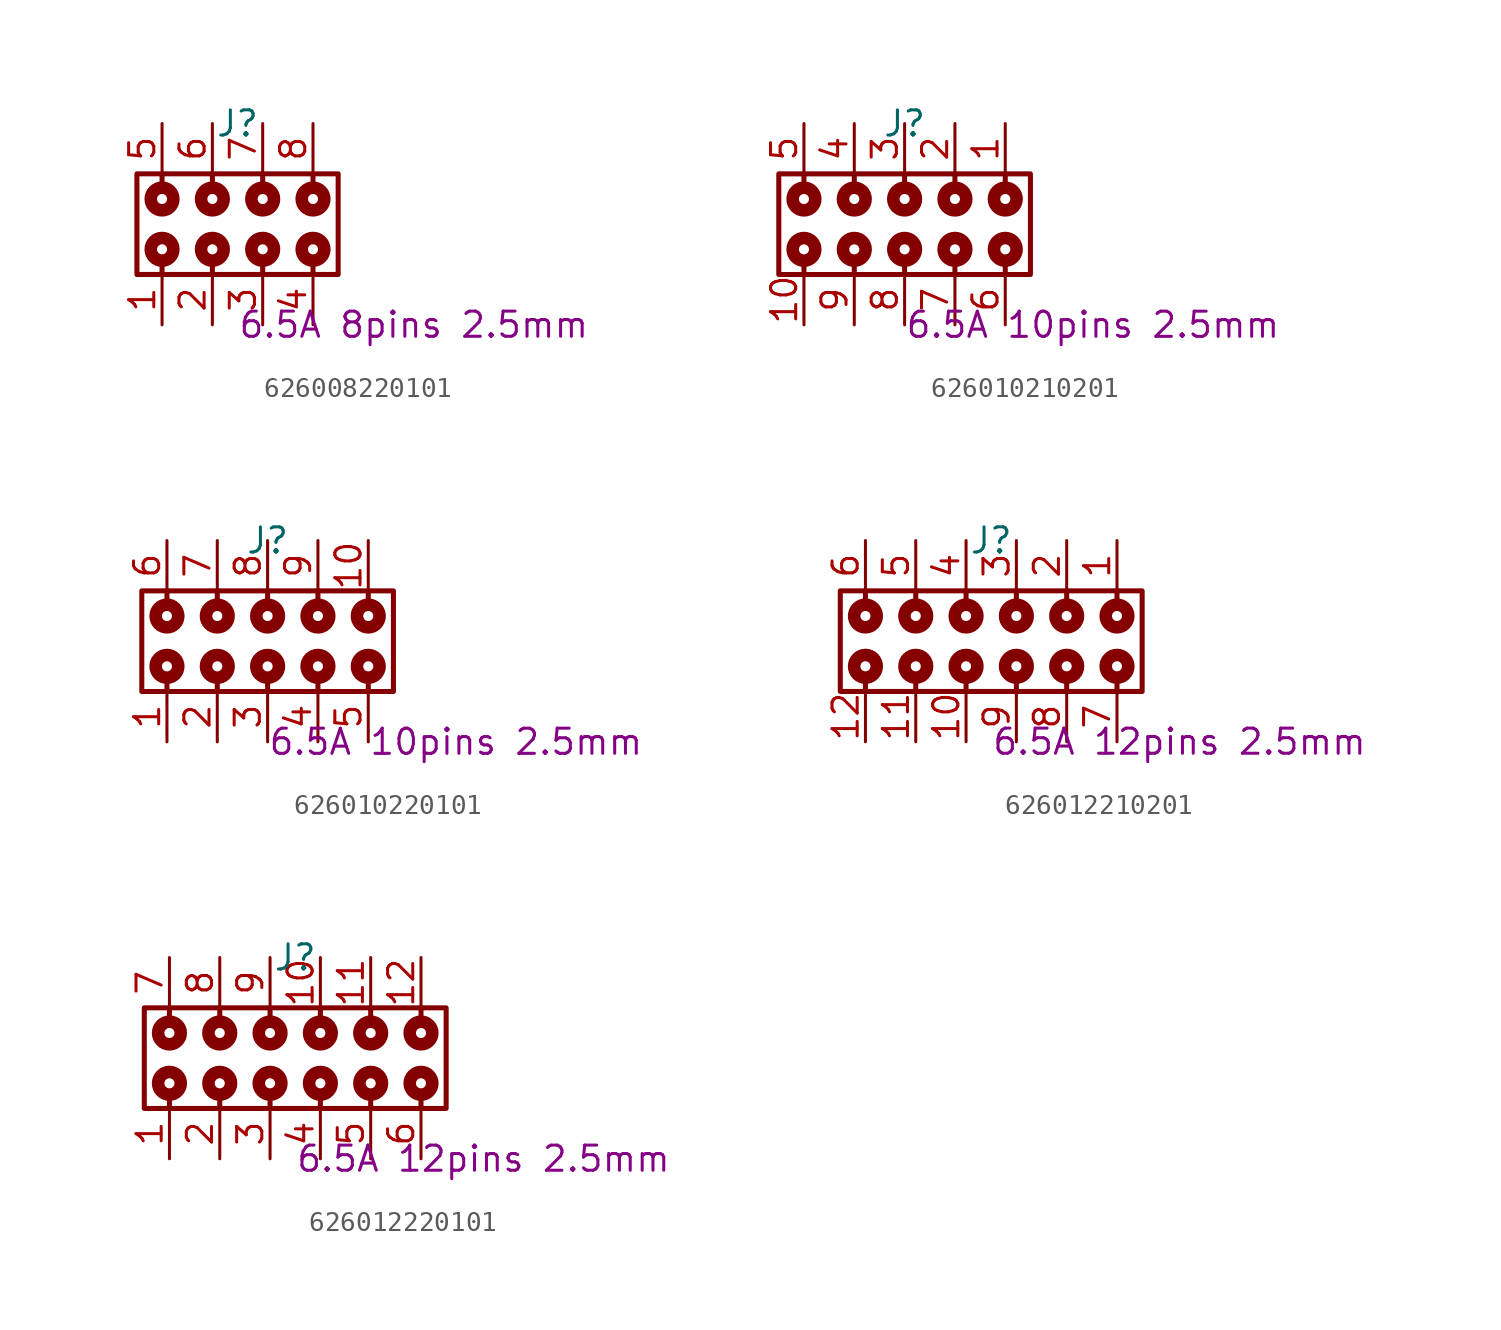
<source format=kicad_sym>
(kicad_symbol_lib
  (version 20220914)
  (generator kicad_symbol_editor)
  (symbol "626008220101"
    (pin_names hide)
    (property "Reference" "J"
      (at 0 5.08 0)
      (effects (font (size 1.27 1.27))))
    (property "Critical Parameter" "6.5A 8pins 2.5mm"
      (at 0 -5.08 0)
      (effects (font (size 1.27 1.27)) (justify left)))
    (symbol "626008220101_0_1"
      (rectangle (start -5.08 2.54) (end 5.08 -2.54) (stroke (width 0.254) (type default)) (fill (type none)))
      (circle (center -3.81 -1.27) (radius 0.254) (stroke (width 0.635) (type default)) (fill (type none)))
      (polyline (pts (xy -3.81 -1.778) (xy -3.81 -2.54)) (stroke (width 0.254) (type default)) (fill (type none)))
      (circle (center -3.81 1.27) (radius 0.254) (stroke (width 0.635) (type default)) (fill (type none)))
      (polyline (pts (xy -3.81 1.778) (xy -3.81 2.54)) (stroke (width 0.254) (type default)) (fill (type none)))
      (circle (center -1.27 -1.27) (radius 0.254) (stroke (width 0.635) (type default)) (fill (type none)))
      (polyline (pts (xy -1.27 -1.778) (xy -1.27 -2.54)) (stroke (width 0.254) (type default)) (fill (type none)))
      (circle (center -1.27 1.27) (radius 0.254) (stroke (width 0.635) (type default)) (fill (type none)))
      (polyline (pts (xy -1.27 1.778) (xy -1.27 2.54)) (stroke (width 0.254) (type default)) (fill (type none)))
      (circle (center 1.27 -1.27) (radius 0.254) (stroke (width 0.635) (type default)) (fill (type none)))
      (polyline (pts (xy 1.27 -1.778) (xy 1.27 -2.54)) (stroke (width 0.254) (type default)) (fill (type none)))
      (circle (center 1.27 1.27) (radius 0.254) (stroke (width 0.635) (type default)) (fill (type none)))
      (polyline (pts (xy 1.27 1.778) (xy 1.27 2.54)) (stroke (width 0.254) (type default)) (fill (type none)))
      (circle (center 3.81 -1.27) (radius 0.254) (stroke (width 0.635) (type default)) (fill (type none)))
      (polyline (pts (xy 3.81 -1.778) (xy 3.81 -2.54)) (stroke (width 0.254) (type default)) (fill (type none)))
      (circle (center 3.81 1.27) (radius 0.254) (stroke (width 0.635) (type default)) (fill (type none)))
      (polyline (pts (xy 3.81 1.778) (xy 3.81 2.54)) (stroke (width 0.254) (type default)) (fill (type none))))
    (symbol "626008220101_1_1"
      (pin passive line (at -3.81 -5.08 90) (length 2.54) (name "1" (effects (font (size 1.27 1.27)))) (number "1" (effects (font (size 1.27 1.27)))))
      (pin passive line (at -3.81 5.08 270) (length 2.54) (name "5" (effects (font (size 1.27 1.27)))) (number "5" (effects (font (size 1.27 1.27)))))
      (pin passive line (at -1.27 -5.08 90) (length 2.54) (name "2" (effects (font (size 1.27 1.27)))) (number "2" (effects (font (size 1.27 1.27)))))
      (pin passive line (at -1.27 5.08 270) (length 2.54) (name "6" (effects (font (size 1.27 1.27)))) (number "6" (effects (font (size 1.27 1.27)))))
      (pin passive line (at 1.27 -5.08 90) (length 2.54) (name "3" (effects (font (size 1.27 1.27)))) (number "3" (effects (font (size 1.27 1.27)))))
      (pin passive line (at 1.27 5.08 270) (length 2.54) (name "7" (effects (font (size 1.27 1.27)))) (number "7" (effects (font (size 1.27 1.27)))))
      (pin passive line (at 3.81 -5.08 90) (length 2.54) (name "4" (effects (font (size 1.27 1.27)))) (number "4" (effects (font (size 1.27 1.27)))))
      (pin passive line (at 3.81 5.08 270) (length 2.54) (name "8" (effects (font (size 1.27 1.27)))) (number "8" (effects (font (size 1.27 1.27)))))))
  (symbol "626010210201"
    (pin_names hide)
    (property "Reference" "J"
      (at 0 5.08 0)
      (effects (font (size 1.27 1.27))))
    (property "Critical Parameter" "6.5A 10pins 2.5mm"
      (at 0 -5.08 0)
      (effects (font (size 1.27 1.27)) (justify left)))
    (symbol "626010210201_0_1"
      (rectangle (start -6.35 2.54) (end 6.35 -2.54) (stroke (width 0.254) (type default)) (fill (type none)))
      (circle (center -5.08 -1.27) (radius 0.254) (stroke (width 0.635) (type default)) (fill (type none)))
      (polyline (pts (xy -5.08 -1.778) (xy -5.08 -2.54)) (stroke (width 0.254) (type default)) (fill (type none)))
      (circle (center -5.08 1.27) (radius 0.254) (stroke (width 0.635) (type default)) (fill (type none)))
      (polyline (pts (xy -5.08 1.778) (xy -5.08 2.54)) (stroke (width 0.254) (type default)) (fill (type none)))
      (circle (center -2.54 -1.27) (radius 0.254) (stroke (width 0.635) (type default)) (fill (type none)))
      (polyline (pts (xy -2.54 -1.778) (xy -2.54 -2.54)) (stroke (width 0.254) (type default)) (fill (type none)))
      (circle (center -2.54 1.27) (radius 0.254) (stroke (width 0.635) (type default)) (fill (type none)))
      (polyline (pts (xy -2.54 1.778) (xy -2.54 2.54)) (stroke (width 0.254) (type default)) (fill (type none)))
      (circle (center 0.0 -1.27) (radius 0.254) (stroke (width 0.635) (type default)) (fill (type none)))
      (polyline (pts (xy 0.0 -1.778) (xy 0.0 -2.54)) (stroke (width 0.254) (type default)) (fill (type none)))
      (circle (center 0.0 1.27) (radius 0.254) (stroke (width 0.635) (type default)) (fill (type none)))
      (polyline (pts (xy 0.0 1.778) (xy 0.0 2.54)) (stroke (width 0.254) (type default)) (fill (type none)))
      (circle (center 2.54 -1.27) (radius 0.254) (stroke (width 0.635) (type default)) (fill (type none)))
      (polyline (pts (xy 2.54 -1.778) (xy 2.54 -2.54)) (stroke (width 0.254) (type default)) (fill (type none)))
      (circle (center 2.54 1.27) (radius 0.254) (stroke (width 0.635) (type default)) (fill (type none)))
      (polyline (pts (xy 2.54 1.778) (xy 2.54 2.54)) (stroke (width 0.254) (type default)) (fill (type none)))
      (circle (center 5.08 -1.27) (radius 0.254) (stroke (width 0.635) (type default)) (fill (type none)))
      (polyline (pts (xy 5.08 -1.778) (xy 5.08 -2.54)) (stroke (width 0.254) (type default)) (fill (type none)))
      (circle (center 5.08 1.27) (radius 0.254) (stroke (width 0.635) (type default)) (fill (type none)))
      (polyline (pts (xy 5.08 1.778) (xy 5.08 2.54)) (stroke (width 0.254) (type default)) (fill (type none))))
    (symbol "626010210201_1_1"
      (pin passive line (at 5.08 5.08 270) (length 2.54) (name "1" (effects (font (size 1.27 1.27)))) (number "1" (effects (font (size 1.27 1.27)))))
      (pin passive line (at 5.08 -5.08 90) (length 2.54) (name "6" (effects (font (size 1.27 1.27)))) (number "6" (effects (font (size 1.27 1.27)))))
      (pin passive line (at 2.54 5.08 270) (length 2.54) (name "2" (effects (font (size 1.27 1.27)))) (number "2" (effects (font (size 1.27 1.27)))))
      (pin passive line (at 2.54 -5.08 90) (length 2.54) (name "7" (effects (font (size 1.27 1.27)))) (number "7" (effects (font (size 1.27 1.27)))))
      (pin passive line (at 0.0 5.08 270) (length 2.54) (name "3" (effects (font (size 1.27 1.27)))) (number "3" (effects (font (size 1.27 1.27)))))
      (pin passive line (at 0.0 -5.08 90) (length 2.54) (name "8" (effects (font (size 1.27 1.27)))) (number "8" (effects (font (size 1.27 1.27)))))
      (pin passive line (at -2.54 5.08 270) (length 2.54) (name "4" (effects (font (size 1.27 1.27)))) (number "4" (effects (font (size 1.27 1.27)))))
      (pin passive line (at -2.54 -5.08 90) (length 2.54) (name "9" (effects (font (size 1.27 1.27)))) (number "9" (effects (font (size 1.27 1.27)))))
      (pin passive line (at -5.08 5.08 270) (length 2.54) (name "5" (effects (font (size 1.27 1.27)))) (number "5" (effects (font (size 1.27 1.27)))))
      (pin passive line (at -5.08 -5.08 90) (length 2.54) (name "10" (effects (font (size 1.27 1.27)))) (number "10" (effects (font (size 1.27 1.27)))))))
  (symbol "626010220101"
    (pin_names hide)
    (property "Reference" "J"
      (at 0 5.08 0)
      (effects (font (size 1.27 1.27))))
    (property "Critical Parameter" "6.5A 10pins 2.5mm"
      (at 0 -5.08 0)
      (effects (font (size 1.27 1.27)) (justify left)))
    (symbol "626010220101_0_1"
      (rectangle (start -6.35 2.54) (end 6.35 -2.54) (stroke (width 0.254) (type default)) (fill (type none)))
      (circle (center -5.08 -1.27) (radius 0.254) (stroke (width 0.635) (type default)) (fill (type none)))
      (polyline (pts (xy -5.08 -1.778) (xy -5.08 -2.54)) (stroke (width 0.254) (type default)) (fill (type none)))
      (circle (center -5.08 1.27) (radius 0.254) (stroke (width 0.635) (type default)) (fill (type none)))
      (polyline (pts (xy -5.08 1.778) (xy -5.08 2.54)) (stroke (width 0.254) (type default)) (fill (type none)))
      (circle (center -2.54 -1.27) (radius 0.254) (stroke (width 0.635) (type default)) (fill (type none)))
      (polyline (pts (xy -2.54 -1.778) (xy -2.54 -2.54)) (stroke (width 0.254) (type default)) (fill (type none)))
      (circle (center -2.54 1.27) (radius 0.254) (stroke (width 0.635) (type default)) (fill (type none)))
      (polyline (pts (xy -2.54 1.778) (xy -2.54 2.54)) (stroke (width 0.254) (type default)) (fill (type none)))
      (circle (center 0.0 -1.27) (radius 0.254) (stroke (width 0.635) (type default)) (fill (type none)))
      (polyline (pts (xy 0.0 -1.778) (xy 0.0 -2.54)) (stroke (width 0.254) (type default)) (fill (type none)))
      (circle (center 0.0 1.27) (radius 0.254) (stroke (width 0.635) (type default)) (fill (type none)))
      (polyline (pts (xy 0.0 1.778) (xy 0.0 2.54)) (stroke (width 0.254) (type default)) (fill (type none)))
      (circle (center 2.54 -1.27) (radius 0.254) (stroke (width 0.635) (type default)) (fill (type none)))
      (polyline (pts (xy 2.54 -1.778) (xy 2.54 -2.54)) (stroke (width 0.254) (type default)) (fill (type none)))
      (circle (center 2.54 1.27) (radius 0.254) (stroke (width 0.635) (type default)) (fill (type none)))
      (polyline (pts (xy 2.54 1.778) (xy 2.54 2.54)) (stroke (width 0.254) (type default)) (fill (type none)))
      (circle (center 5.08 -1.27) (radius 0.254) (stroke (width 0.635) (type default)) (fill (type none)))
      (polyline (pts (xy 5.08 -1.778) (xy 5.08 -2.54)) (stroke (width 0.254) (type default)) (fill (type none)))
      (circle (center 5.08 1.27) (radius 0.254) (stroke (width 0.635) (type default)) (fill (type none)))
      (polyline (pts (xy 5.08 1.778) (xy 5.08 2.54)) (stroke (width 0.254) (type default)) (fill (type none))))
    (symbol "626010220101_1_1"
      (pin passive line (at -5.08 -5.08 90) (length 2.54) (name "1" (effects (font (size 1.27 1.27)))) (number "1" (effects (font (size 1.27 1.27)))))
      (pin passive line (at -5.08 5.08 270) (length 2.54) (name "6" (effects (font (size 1.27 1.27)))) (number "6" (effects (font (size 1.27 1.27)))))
      (pin passive line (at -2.54 -5.08 90) (length 2.54) (name "2" (effects (font (size 1.27 1.27)))) (number "2" (effects (font (size 1.27 1.27)))))
      (pin passive line (at -2.54 5.08 270) (length 2.54) (name "7" (effects (font (size 1.27 1.27)))) (number "7" (effects (font (size 1.27 1.27)))))
      (pin passive line (at 0.0 -5.08 90) (length 2.54) (name "3" (effects (font (size 1.27 1.27)))) (number "3" (effects (font (size 1.27 1.27)))))
      (pin passive line (at 0.0 5.08 270) (length 2.54) (name "8" (effects (font (size 1.27 1.27)))) (number "8" (effects (font (size 1.27 1.27)))))
      (pin passive line (at 2.54 -5.08 90) (length 2.54) (name "4" (effects (font (size 1.27 1.27)))) (number "4" (effects (font (size 1.27 1.27)))))
      (pin passive line (at 2.54 5.08 270) (length 2.54) (name "9" (effects (font (size 1.27 1.27)))) (number "9" (effects (font (size 1.27 1.27)))))
      (pin passive line (at 5.08 -5.08 90) (length 2.54) (name "5" (effects (font (size 1.27 1.27)))) (number "5" (effects (font (size 1.27 1.27)))))
      (pin passive line (at 5.08 5.08 270) (length 2.54) (name "10" (effects (font (size 1.27 1.27)))) (number "10" (effects (font (size 1.27 1.27)))))))
  (symbol "626012210201"
    (pin_names hide)
    (property "Reference" "J"
      (at 0 5.08 0)
      (effects (font (size 1.27 1.27))))
    (property "Critical Parameter" "6.5A 12pins 2.5mm"
      (at 0 -5.08 0)
      (effects (font (size 1.27 1.27)) (justify left)))
    (symbol "626012210201_0_1"
      (rectangle (start -7.62 2.54) (end 7.62 -2.54) (stroke (width 0.254) (type default)) (fill (type none)))
      (circle (center -6.35 -1.27) (radius 0.254) (stroke (width 0.635) (type default)) (fill (type none)))
      (polyline (pts (xy -6.35 -1.778) (xy -6.35 -2.54)) (stroke (width 0.254) (type default)) (fill (type none)))
      (circle (center -6.35 1.27) (radius 0.254) (stroke (width 0.635) (type default)) (fill (type none)))
      (polyline (pts (xy -6.35 1.778) (xy -6.35 2.54)) (stroke (width 0.254) (type default)) (fill (type none)))
      (circle (center -3.81 -1.27) (radius 0.254) (stroke (width 0.635) (type default)) (fill (type none)))
      (polyline (pts (xy -3.81 -1.778) (xy -3.81 -2.54)) (stroke (width 0.254) (type default)) (fill (type none)))
      (circle (center -3.81 1.27) (radius 0.254) (stroke (width 0.635) (type default)) (fill (type none)))
      (polyline (pts (xy -3.81 1.778) (xy -3.81 2.54)) (stroke (width 0.254) (type default)) (fill (type none)))
      (circle (center -1.27 -1.27) (radius 0.254) (stroke (width 0.635) (type default)) (fill (type none)))
      (polyline (pts (xy -1.27 -1.778) (xy -1.27 -2.54)) (stroke (width 0.254) (type default)) (fill (type none)))
      (circle (center -1.27 1.27) (radius 0.254) (stroke (width 0.635) (type default)) (fill (type none)))
      (polyline (pts (xy -1.27 1.778) (xy -1.27 2.54)) (stroke (width 0.254) (type default)) (fill (type none)))
      (circle (center 1.27 -1.27) (radius 0.254) (stroke (width 0.635) (type default)) (fill (type none)))
      (polyline (pts (xy 1.27 -1.778) (xy 1.27 -2.54)) (stroke (width 0.254) (type default)) (fill (type none)))
      (circle (center 1.27 1.27) (radius 0.254) (stroke (width 0.635) (type default)) (fill (type none)))
      (polyline (pts (xy 1.27 1.778) (xy 1.27 2.54)) (stroke (width 0.254) (type default)) (fill (type none)))
      (circle (center 3.81 -1.27) (radius 0.254) (stroke (width 0.635) (type default)) (fill (type none)))
      (polyline (pts (xy 3.81 -1.778) (xy 3.81 -2.54)) (stroke (width 0.254) (type default)) (fill (type none)))
      (circle (center 3.81 1.27) (radius 0.254) (stroke (width 0.635) (type default)) (fill (type none)))
      (polyline (pts (xy 3.81 1.778) (xy 3.81 2.54)) (stroke (width 0.254) (type default)) (fill (type none)))
      (circle (center 6.35 -1.27) (radius 0.254) (stroke (width 0.635) (type default)) (fill (type none)))
      (polyline (pts (xy 6.35 -1.778) (xy 6.35 -2.54)) (stroke (width 0.254) (type default)) (fill (type none)))
      (circle (center 6.35 1.27) (radius 0.254) (stroke (width 0.635) (type default)) (fill (type none)))
      (polyline (pts (xy 6.35 1.778) (xy 6.35 2.54)) (stroke (width 0.254) (type default)) (fill (type none))))
    (symbol "626012210201_1_1"
      (pin passive line (at 6.35 5.08 270) (length 2.54) (name "1" (effects (font (size 1.27 1.27)))) (number "1" (effects (font (size 1.27 1.27)))))
      (pin passive line (at 6.35 -5.08 90) (length 2.54) (name "7" (effects (font (size 1.27 1.27)))) (number "7" (effects (font (size 1.27 1.27)))))
      (pin passive line (at 3.81 5.08 270) (length 2.54) (name "2" (effects (font (size 1.27 1.27)))) (number "2" (effects (font (size 1.27 1.27)))))
      (pin passive line (at 3.81 -5.08 90) (length 2.54) (name "8" (effects (font (size 1.27 1.27)))) (number "8" (effects (font (size 1.27 1.27)))))
      (pin passive line (at 1.27 5.08 270) (length 2.54) (name "3" (effects (font (size 1.27 1.27)))) (number "3" (effects (font (size 1.27 1.27)))))
      (pin passive line (at 1.27 -5.08 90) (length 2.54) (name "9" (effects (font (size 1.27 1.27)))) (number "9" (effects (font (size 1.27 1.27)))))
      (pin passive line (at -1.27 5.08 270) (length 2.54) (name "4" (effects (font (size 1.27 1.27)))) (number "4" (effects (font (size 1.27 1.27)))))
      (pin passive line (at -1.27 -5.08 90) (length 2.54) (name "10" (effects (font (size 1.27 1.27)))) (number "10" (effects (font (size 1.27 1.27)))))
      (pin passive line (at -3.81 5.08 270) (length 2.54) (name "5" (effects (font (size 1.27 1.27)))) (number "5" (effects (font (size 1.27 1.27)))))
      (pin passive line (at -3.81 -5.08 90) (length 2.54) (name "11" (effects (font (size 1.27 1.27)))) (number "11" (effects (font (size 1.27 1.27)))))
      (pin passive line (at -6.35 5.08 270) (length 2.54) (name "6" (effects (font (size 1.27 1.27)))) (number "6" (effects (font (size 1.27 1.27)))))
      (pin passive line (at -6.35 -5.08 90) (length 2.54) (name "12" (effects (font (size 1.27 1.27)))) (number "12" (effects (font (size 1.27 1.27)))))))
  (symbol "626012220101"
    (pin_names hide)
    (property "Reference" "J"
      (at 0 5.08 0)
      (effects (font (size 1.27 1.27))))
    (property "Critical Parameter" "6.5A 12pins 2.5mm"
      (at 0 -5.08 0)
      (effects (font (size 1.27 1.27)) (justify left)))
    (symbol "626012220101_0_1"
      (rectangle (start -7.62 2.54) (end 7.62 -2.54) (stroke (width 0.254) (type default)) (fill (type none)))
      (circle (center -6.35 -1.27) (radius 0.254) (stroke (width 0.635) (type default)) (fill (type none)))
      (polyline (pts (xy -6.35 -1.778) (xy -6.35 -2.54)) (stroke (width 0.254) (type default)) (fill (type none)))
      (circle (center -6.35 1.27) (radius 0.254) (stroke (width 0.635) (type default)) (fill (type none)))
      (polyline (pts (xy -6.35 1.778) (xy -6.35 2.54)) (stroke (width 0.254) (type default)) (fill (type none)))
      (circle (center -3.81 -1.27) (radius 0.254) (stroke (width 0.635) (type default)) (fill (type none)))
      (polyline (pts (xy -3.81 -1.778) (xy -3.81 -2.54)) (stroke (width 0.254) (type default)) (fill (type none)))
      (circle (center -3.81 1.27) (radius 0.254) (stroke (width 0.635) (type default)) (fill (type none)))
      (polyline (pts (xy -3.81 1.778) (xy -3.81 2.54)) (stroke (width 0.254) (type default)) (fill (type none)))
      (circle (center -1.27 -1.27) (radius 0.254) (stroke (width 0.635) (type default)) (fill (type none)))
      (polyline (pts (xy -1.27 -1.778) (xy -1.27 -2.54)) (stroke (width 0.254) (type default)) (fill (type none)))
      (circle (center -1.27 1.27) (radius 0.254) (stroke (width 0.635) (type default)) (fill (type none)))
      (polyline (pts (xy -1.27 1.778) (xy -1.27 2.54)) (stroke (width 0.254) (type default)) (fill (type none)))
      (circle (center 1.27 -1.27) (radius 0.254) (stroke (width 0.635) (type default)) (fill (type none)))
      (polyline (pts (xy 1.27 -1.778) (xy 1.27 -2.54)) (stroke (width 0.254) (type default)) (fill (type none)))
      (circle (center 1.27 1.27) (radius 0.254) (stroke (width 0.635) (type default)) (fill (type none)))
      (polyline (pts (xy 1.27 1.778) (xy 1.27 2.54)) (stroke (width 0.254) (type default)) (fill (type none)))
      (circle (center 3.81 -1.27) (radius 0.254) (stroke (width 0.635) (type default)) (fill (type none)))
      (polyline (pts (xy 3.81 -1.778) (xy 3.81 -2.54)) (stroke (width 0.254) (type default)) (fill (type none)))
      (circle (center 3.81 1.27) (radius 0.254) (stroke (width 0.635) (type default)) (fill (type none)))
      (polyline (pts (xy 3.81 1.778) (xy 3.81 2.54)) (stroke (width 0.254) (type default)) (fill (type none)))
      (circle (center 6.35 -1.27) (radius 0.254) (stroke (width 0.635) (type default)) (fill (type none)))
      (polyline (pts (xy 6.35 -1.778) (xy 6.35 -2.54)) (stroke (width 0.254) (type default)) (fill (type none)))
      (circle (center 6.35 1.27) (radius 0.254) (stroke (width 0.635) (type default)) (fill (type none)))
      (polyline (pts (xy 6.35 1.778) (xy 6.35 2.54)) (stroke (width 0.254) (type default)) (fill (type none))))
    (symbol "626012220101_1_1"
      (pin passive line (at -6.35 -5.08 90) (length 2.54) (name "1" (effects (font (size 1.27 1.27)))) (number "1" (effects (font (size 1.27 1.27)))))
      (pin passive line (at -6.35 5.08 270) (length 2.54) (name "7" (effects (font (size 1.27 1.27)))) (number "7" (effects (font (size 1.27 1.27)))))
      (pin passive line (at -3.81 -5.08 90) (length 2.54) (name "2" (effects (font (size 1.27 1.27)))) (number "2" (effects (font (size 1.27 1.27)))))
      (pin passive line (at -3.81 5.08 270) (length 2.54) (name "8" (effects (font (size 1.27 1.27)))) (number "8" (effects (font (size 1.27 1.27)))))
      (pin passive line (at -1.27 -5.08 90) (length 2.54) (name "3" (effects (font (size 1.27 1.27)))) (number "3" (effects (font (size 1.27 1.27)))))
      (pin passive line (at -1.27 5.08 270) (length 2.54) (name "9" (effects (font (size 1.27 1.27)))) (number "9" (effects (font (size 1.27 1.27)))))
      (pin passive line (at 1.27 -5.08 90) (length 2.54) (name "4" (effects (font (size 1.27 1.27)))) (number "4" (effects (font (size 1.27 1.27)))))
      (pin passive line (at 1.27 5.08 270) (length 2.54) (name "10" (effects (font (size 1.27 1.27)))) (number "10" (effects (font (size 1.27 1.27)))))
      (pin passive line (at 3.81 -5.08 90) (length 2.54) (name "5" (effects (font (size 1.27 1.27)))) (number "5" (effects (font (size 1.27 1.27)))))
      (pin passive line (at 3.81 5.08 270) (length 2.54) (name "11" (effects (font (size 1.27 1.27)))) (number "11" (effects (font (size 1.27 1.27)))))
      (pin passive line (at 6.35 -5.08 90) (length 2.54) (name "6" (effects (font (size 1.27 1.27)))) (number "6" (effects (font (size 1.27 1.27)))))
      (pin passive line (at 6.35 5.08 270) (length 2.54) (name "12" (effects (font (size 1.27 1.27)))) (number "12" (effects (font (size 1.27 1.27))))))))
</source>
